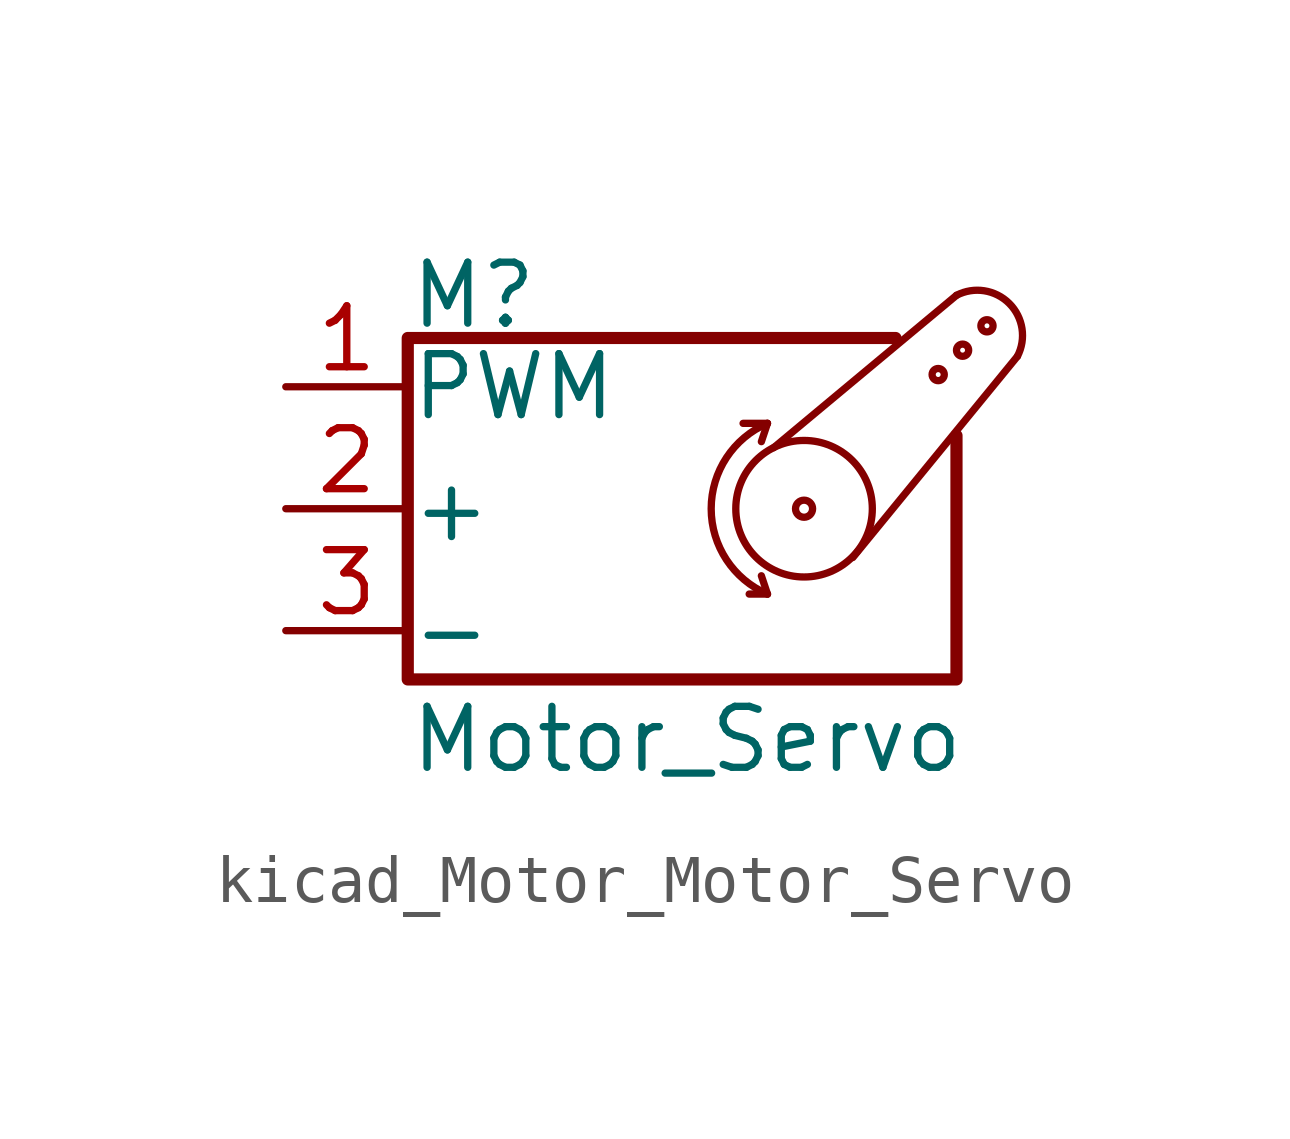
<source format=kicad_sym>
(kicad_symbol_lib
  (version 20220914)
  (generator kicad_symbol_editor)
  (symbol "kicad_Motor_Motor_Servo"
    (pin_names
      (offset 0.025))
    (property "Reference" "M"
      (at -5.08 4.445 0)
      (effects (font (size 1.27 1.27)) (justify left)))
    (property "Value" "Motor_Servo"
      (at -5.08 -4.064 0)
      (effects (font (size 1.27 1.27)) (justify left top)))
    (symbol "kicad_Motor_Motor_Servo_0_1"
      (polyline (pts (xy 2.413 -1.778) (xy 2.032 -1.778)) (stroke (width 0) (type default)) (fill (type none)))
      (polyline (pts (xy 2.413 -1.778) (xy 2.286 -1.397)) (stroke (width 0) (type default)) (fill (type none)))
      (polyline (pts (xy 2.413 1.778) (xy 1.905 1.778)) (stroke (width 0) (type default)) (fill (type none)))
      (polyline (pts (xy 2.413 1.778) (xy 2.286 1.397)) (stroke (width 0) (type default)) (fill (type none)))
      (polyline (pts (xy 6.35 4.445) (xy 2.54 1.27)) (stroke (width 0) (type default)) (fill (type none)))
      (polyline (pts (xy 7.62 3.175) (xy 4.191 -1.016)) (stroke (width 0) (type default)) (fill (type none)))
      (polyline (pts (xy 5.08 3.556) (xy -5.08 3.556) (xy -5.08 -3.556) (xy 6.35 -3.556) (xy 6.35 1.524)) (stroke (width 0.254) (type default)) (fill (type none)))
      (arc (start 2.413 1.778) (mid 1.2406 0) (end 2.413 -1.778) (stroke (width 0) (type default)) (fill (type none)))
      (circle (center 3.175 0) (radius 0.178) (stroke (width 0) (type default)) (fill (type none)))
      (circle (center 3.175 0) (radius 1.422) (stroke (width 0) (type default)) (fill (type none)))
      (circle (center 5.969 2.794) (radius 0.127) (stroke (width 0) (type default)) (fill (type none)))
      (circle (center 6.477 3.302) (radius 0.127) (stroke (width 0) (type default)) (fill (type none)))
      (circle (center 6.985 3.81) (radius 0.127) (stroke (width 0) (type default)) (fill (type none)))
      (arc (start 7.62 3.175) (mid 7.4485 4.2735) (end 6.35 4.445) (stroke (width 0) (type default)) (fill (type none))))
    (symbol "kicad_Motor_Motor_Servo_1_1"
      (pin passive line (at -7.62 2.54 0) (length 2.54) (name "PWM" (effects (font (size 1.27 1.27)))) (number "1" (effects (font (size 1.27 1.27)))))
      (pin passive line (at -7.62 0 0) (length 2.54) (name "+" (effects (font (size 1.27 1.27)))) (number "2" (effects (font (size 1.27 1.27)))))
      (pin passive line (at -7.62 -2.54 0) (length 2.54) (name "-" (effects (font (size 1.27 1.27)))) (number "3" (effects (font (size 1.27 1.27))))))))
</source>
